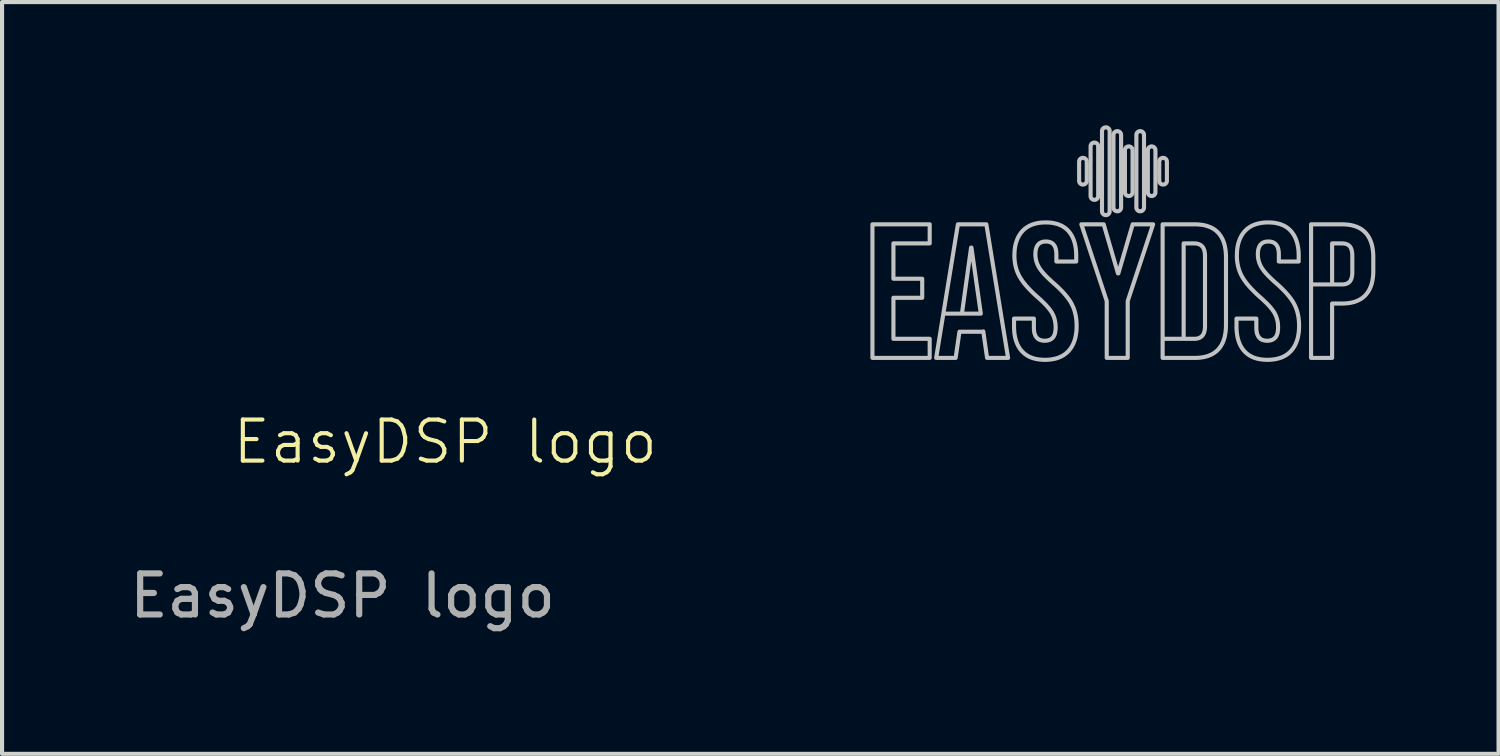
<source format=kicad_pcb>
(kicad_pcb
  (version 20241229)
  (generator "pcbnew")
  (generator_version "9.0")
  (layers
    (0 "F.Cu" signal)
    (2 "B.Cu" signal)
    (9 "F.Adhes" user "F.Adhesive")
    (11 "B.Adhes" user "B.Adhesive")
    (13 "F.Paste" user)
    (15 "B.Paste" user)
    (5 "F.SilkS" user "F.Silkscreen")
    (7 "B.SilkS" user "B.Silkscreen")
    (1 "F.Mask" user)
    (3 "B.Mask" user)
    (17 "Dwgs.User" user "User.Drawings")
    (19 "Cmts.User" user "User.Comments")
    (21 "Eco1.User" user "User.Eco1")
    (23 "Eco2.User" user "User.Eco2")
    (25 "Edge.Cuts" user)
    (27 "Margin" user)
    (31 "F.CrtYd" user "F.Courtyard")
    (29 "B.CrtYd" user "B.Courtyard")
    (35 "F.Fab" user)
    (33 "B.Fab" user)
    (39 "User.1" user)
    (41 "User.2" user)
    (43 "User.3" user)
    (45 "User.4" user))
  (footprint "EasyDSP logo"
    (layer "F.Cu")
    (at 24.292 2.958)
    (property "Reference" "EasyDSP logo" (at -16.5 4.75 0) (unlocked yes) (layer "F.SilkS") (effects (font (size 1 1) (thickness 0.1))))
    (attr smd)
    (fp_poly (pts (xy -0.119 0.649) (xy -0.11 0.649) (xy 0.239 -0.546) (xy 0.736 -0.546) (xy 0.118 1.322) (xy 0.118 2.707) (xy -0.393 2.707) (xy -0.393 1.322) (xy -1.011 -0.546) (xy -0.467 -0.546)) (stroke (width 0.1) (type solid)) (fill no) (layer "Dwgs.User"))
    (fp_poly (pts (xy -4.704 -0.081) (xy -5.587 -0.081) (xy -5.587 0.779) (xy -4.886 0.779) (xy -4.886 1.243) (xy -5.587 1.243) (xy -5.587 2.242) (xy -4.704 2.242) (xy -4.704 2.707) (xy -6.098 2.707) (xy -6.098 -0.546) (xy -4.704 -0.546)) (stroke (width 0.1) (type solid)) (fill no) (layer "Dwgs.User"))
    (fp_poly (pts (xy -2.795 2.707) (xy -3.306 2.707) (xy -3.399 2.061) (xy -3.399 2.07) (xy -3.979 2.07) (xy -4.072 2.707) (xy -4.546 2.707) (xy -4.371 1.629) (xy -3.919 1.629) (xy -3.459 1.629) (xy -3.687 0.021) (xy -3.696 0.021) (xy -3.919 1.629) (xy -4.371 1.629) (xy -4.017 -0.546) (xy -3.324 -0.546)) (stroke (width 0.1) (type solid)) (fill no) (layer "Dwgs.User"))
    (fp_poly (pts (xy -0.967 -2.164) (xy -0.963 -2.164) (xy -0.958 -2.163) (xy -0.954 -2.162) (xy -0.949 -2.161) (xy -0.945 -2.16) (xy -0.94 -2.158) (xy -0.936 -2.157) (xy -0.932 -2.155) (xy -0.928 -2.153) (xy -0.924 -2.151) (xy -0.92 -2.148) (xy -0.917 -2.146) (xy -0.913 -2.143) (xy -0.91 -2.14) (xy -0.907 -2.137) (xy -0.903 -2.134) (xy -0.901 -2.13) (xy -0.898 -2.127) (xy -0.895 -2.123) (xy -0.893 -2.119) (xy -0.891 -2.115) (xy -0.888 -2.111) (xy -0.887 -2.107) (xy -0.885 -2.103) (xy -0.884 -2.099) (xy -0.882 -2.094) (xy -0.881 -2.09) (xy -0.88 -2.085) (xy -0.88 -2.081) (xy -0.879 -2.076) (xy -0.879 -2.071) (xy -0.879 -1.607) (xy -0.879 -1.602) (xy -0.88 -1.597) (xy -0.88 -1.592) (xy -0.881 -1.588) (xy -0.882 -1.583) (xy -0.884 -1.579) (xy -0.885 -1.575) (xy -0.887 -1.57) (xy -0.888 -1.566) (xy -0.891 -1.562) (xy -0.893 -1.558) (xy -0.895 -1.555) (xy -0.898 -1.551) (xy -0.901 -1.547) (xy -0.903 -1.544) (xy -0.907 -1.541) (xy -0.91 -1.538) (xy -0.913 -1.535) (xy -0.917 -1.532) (xy -0.92 -1.529) (xy -0.924 -1.527) (xy -0.928 -1.525) (xy -0.932 -1.523) (xy -0.936 -1.521) (xy -0.94 -1.519) (xy -0.945 -1.518) (xy -0.949 -1.517) (xy -0.954 -1.515) (xy -0.958 -1.515) (xy -0.963 -1.514) (xy -0.967 -1.514) (xy -0.972 -1.514) (xy -0.977 -1.514) (xy -0.982 -1.514) (xy -0.986 -1.515) (xy -0.991 -1.515) (xy -0.996 -1.517) (xy -1 -1.518) (xy -1.004 -1.519) (xy -1.008 -1.521) (xy -1.013 -1.523) (xy -1.017 -1.525) (xy -1.02 -1.527) (xy -1.024 -1.529) (xy -1.028 -1.532) (xy -1.031 -1.535) (xy -1.035 -1.538) (xy -1.038 -1.541) (xy -1.041 -1.544) (xy -1.044 -1.547) (xy -1.047 -1.551) (xy -1.049 -1.555) (xy -1.052 -1.558) (xy -1.054 -1.562) (xy -1.056 -1.566) (xy -1.058 -1.57) (xy -1.06 -1.575) (xy -1.061 -1.579) (xy -1.062 -1.583) (xy -1.063 -1.588) (xy -1.064 -1.592) (xy -1.065 -1.597) (xy -1.065 -1.602) (xy -1.065 -1.607) (xy -1.065 -2.071) (xy -1.065 -2.076) (xy -1.065 -2.081) (xy -1.064 -2.085) (xy -1.063 -2.09) (xy -1.062 -2.094) (xy -1.061 -2.099) (xy -1.06 -2.103) (xy -1.058 -2.107) (xy -1.056 -2.111) (xy -1.054 -2.115) (xy -1.052 -2.119) (xy -1.049 -2.123) (xy -1.047 -2.127) (xy -1.044 -2.13) (xy -1.041 -2.134) (xy -1.038 -2.137) (xy -1.035 -2.14) (xy -1.031 -2.143) (xy -1.028 -2.146) (xy -1.024 -2.148) (xy -1.02 -2.151) (xy -1.017 -2.153) (xy -1.013 -2.155) (xy -1.008 -2.157) (xy -1.004 -2.158) (xy -1 -2.16) (xy -0.996 -2.161) (xy -0.991 -2.162) (xy -0.986 -2.163) (xy -0.982 -2.164) (xy -0.977 -2.164) (xy -0.972 -2.164)) (stroke (width 0.1) (type solid)) (fill no) (layer "Dwgs.User"))
    (fp_poly (pts (xy -0.689 -2.536) (xy -0.684 -2.535) (xy -0.679 -2.535) (xy -0.675 -2.534) (xy -0.67 -2.533) (xy -0.666 -2.532) (xy -0.661 -2.53) (xy -0.657 -2.529) (xy -0.653 -2.527) (xy -0.649 -2.525) (xy -0.645 -2.522) (xy -0.641 -2.52) (xy -0.638 -2.517) (xy -0.634 -2.515) (xy -0.631 -2.512) (xy -0.628 -2.509) (xy -0.625 -2.505) (xy -0.622 -2.502) (xy -0.619 -2.499) (xy -0.616 -2.495) (xy -0.614 -2.491) (xy -0.612 -2.487) (xy -0.61 -2.483) (xy -0.608 -2.479) (xy -0.606 -2.475) (xy -0.605 -2.471) (xy -0.603 -2.466) (xy -0.602 -2.462) (xy -0.602 -2.457) (xy -0.601 -2.452) (xy -0.601 -2.448) (xy -0.601 -2.443) (xy -0.601 -1.235) (xy -0.601 -1.23) (xy -0.601 -1.225) (xy -0.602 -1.221) (xy -0.602 -1.216) (xy -0.603 -1.212) (xy -0.605 -1.207) (xy -0.606 -1.203) (xy -0.608 -1.199) (xy -0.61 -1.195) (xy -0.612 -1.191) (xy -0.614 -1.187) (xy -0.616 -1.183) (xy -0.619 -1.179) (xy -0.622 -1.176) (xy -0.625 -1.172) (xy -0.628 -1.169) (xy -0.631 -1.166) (xy -0.634 -1.163) (xy -0.638 -1.16) (xy -0.641 -1.158) (xy -0.645 -1.155) (xy -0.649 -1.153) (xy -0.653 -1.151) (xy -0.657 -1.149) (xy -0.661 -1.148) (xy -0.666 -1.146) (xy -0.67 -1.145) (xy -0.675 -1.144) (xy -0.679 -1.143) (xy -0.684 -1.142) (xy -0.689 -1.142) (xy -0.693 -1.142) (xy -0.698 -1.142) (xy -0.703 -1.142) (xy -0.708 -1.143) (xy -0.712 -1.144) (xy -0.717 -1.145) (xy -0.721 -1.146) (xy -0.725 -1.148) (xy -0.73 -1.149) (xy -0.734 -1.151) (xy -0.738 -1.153) (xy -0.742 -1.155) (xy -0.745 -1.158) (xy -0.749 -1.16) (xy -0.753 -1.163) (xy -0.756 -1.166) (xy -0.759 -1.169) (xy -0.762 -1.172) (xy -0.765 -1.176) (xy -0.768 -1.179) (xy -0.771 -1.183) (xy -0.773 -1.187) (xy -0.775 -1.191) (xy -0.777 -1.195) (xy -0.779 -1.199) (xy -0.781 -1.203) (xy -0.782 -1.207) (xy -0.783 -1.212) (xy -0.785 -1.216) (xy -0.785 -1.221) (xy -0.786 -1.225) (xy -0.786 -1.23) (xy -0.786 -1.235) (xy -0.786 -2.443) (xy -0.786 -2.448) (xy -0.786 -2.452) (xy -0.785 -2.457) (xy -0.785 -2.462) (xy -0.783 -2.466) (xy -0.782 -2.471) (xy -0.781 -2.475) (xy -0.779 -2.479) (xy -0.777 -2.483) (xy -0.775 -2.487) (xy -0.773 -2.491) (xy -0.771 -2.495) (xy -0.768 -2.499) (xy -0.765 -2.502) (xy -0.762 -2.505) (xy -0.759 -2.509) (xy -0.756 -2.512) (xy -0.753 -2.515) (xy -0.749 -2.517) (xy -0.745 -2.52) (xy -0.742 -2.522) (xy -0.738 -2.525) (xy -0.734 -2.527) (xy -0.73 -2.529) (xy -0.725 -2.53) (xy -0.721 -2.532) (xy -0.717 -2.533) (xy -0.712 -2.534) (xy -0.708 -2.535) (xy -0.703 -2.535) (xy -0.698 -2.536) (xy -0.693 -2.536)) (stroke (width 0.1) (type solid)) (fill no) (layer "Dwgs.User"))
    (fp_poly (pts (xy -0.41 -2.907) (xy -0.405 -2.907) (xy -0.401 -2.907) (xy -0.396 -2.906) (xy -0.391 -2.905) (xy -0.387 -2.903) (xy -0.383 -2.902) (xy -0.378 -2.9) (xy -0.374 -2.898) (xy -0.37 -2.896) (xy -0.366 -2.894) (xy -0.363 -2.892) (xy -0.359 -2.889) (xy -0.356 -2.886) (xy -0.352 -2.883) (xy -0.349 -2.88) (xy -0.346 -2.877) (xy -0.343 -2.874) (xy -0.34 -2.87) (xy -0.338 -2.867) (xy -0.335 -2.863) (xy -0.333 -2.859) (xy -0.331 -2.855) (xy -0.329 -2.851) (xy -0.327 -2.847) (xy -0.326 -2.842) (xy -0.325 -2.838) (xy -0.324 -2.833) (xy -0.323 -2.829) (xy -0.322 -2.824) (xy -0.322 -2.819) (xy -0.322 -2.815) (xy -0.322 -0.863) (xy -0.322 -0.858) (xy -0.322 -0.854) (xy -0.323 -0.849) (xy -0.324 -0.844) (xy -0.325 -0.84) (xy -0.326 -0.835) (xy -0.327 -0.831) (xy -0.329 -0.827) (xy -0.331 -0.823) (xy -0.333 -0.819) (xy -0.335 -0.815) (xy -0.338 -0.811) (xy -0.34 -0.807) (xy -0.343 -0.804) (xy -0.346 -0.801) (xy -0.349 -0.797) (xy -0.352 -0.794) (xy -0.356 -0.791) (xy -0.359 -0.789) (xy -0.363 -0.786) (xy -0.366 -0.784) (xy -0.37 -0.781) (xy -0.374 -0.779) (xy -0.378 -0.777) (xy -0.383 -0.776) (xy -0.387 -0.774) (xy -0.391 -0.773) (xy -0.396 -0.772) (xy -0.401 -0.771) (xy -0.405 -0.771) (xy -0.41 -0.77) (xy -0.415 -0.77) (xy -0.419 -0.77) (xy -0.424 -0.771) (xy -0.429 -0.771) (xy -0.433 -0.772) (xy -0.438 -0.773) (xy -0.442 -0.774) (xy -0.447 -0.776) (xy -0.451 -0.777) (xy -0.455 -0.779) (xy -0.459 -0.781) (xy -0.463 -0.784) (xy -0.467 -0.786) (xy -0.47 -0.789) (xy -0.474 -0.791) (xy -0.477 -0.794) (xy -0.48 -0.797) (xy -0.483 -0.801) (xy -0.486 -0.804) (xy -0.489 -0.807) (xy -0.492 -0.811) (xy -0.494 -0.815) (xy -0.496 -0.819) (xy -0.498 -0.823) (xy -0.5 -0.827) (xy -0.502 -0.831) (xy -0.503 -0.835) (xy -0.505 -0.84) (xy -0.506 -0.844) (xy -0.507 -0.849) (xy -0.507 -0.854) (xy -0.507 -0.858) (xy -0.508 -0.863) (xy -0.508 -2.815) (xy -0.507 -2.819) (xy -0.507 -2.824) (xy -0.507 -2.829) (xy -0.506 -2.833) (xy -0.505 -2.838) (xy -0.503 -2.842) (xy -0.502 -2.847) (xy -0.5 -2.851) (xy -0.498 -2.855) (xy -0.496 -2.859) (xy -0.494 -2.863) (xy -0.492 -2.867) (xy -0.489 -2.87) (xy -0.486 -2.874) (xy -0.483 -2.877) (xy -0.48 -2.88) (xy -0.477 -2.883) (xy -0.474 -2.886) (xy -0.47 -2.889) (xy -0.467 -2.892) (xy -0.463 -2.894) (xy -0.459 -2.896) (xy -0.455 -2.898) (xy -0.451 -2.9) (xy -0.447 -2.902) (xy -0.442 -2.903) (xy -0.438 -2.905) (xy -0.433 -2.906) (xy -0.429 -2.907) (xy -0.424 -2.907) (xy -0.419 -2.907) (xy -0.415 -2.908)) (stroke (width 0.1) (type solid)) (fill no) (layer "Dwgs.User"))
    (fp_poly (pts (xy -0.131 -2.815) (xy -0.126 -2.814) (xy -0.122 -2.814) (xy -0.117 -2.813) (xy -0.113 -2.812) (xy -0.108 -2.81) (xy -0.104 -2.809) (xy -0.1 -2.807) (xy -0.096 -2.805) (xy -0.092 -2.803) (xy -0.088 -2.801) (xy -0.084 -2.799) (xy -0.08 -2.796) (xy -0.077 -2.793) (xy -0.073 -2.791) (xy -0.07 -2.787) (xy -0.067 -2.784) (xy -0.064 -2.781) (xy -0.061 -2.777) (xy -0.059 -2.774) (xy -0.056 -2.77) (xy -0.054 -2.766) (xy -0.052 -2.762) (xy -0.05 -2.758) (xy -0.049 -2.754) (xy -0.047 -2.749) (xy -0.046 -2.745) (xy -0.045 -2.74) (xy -0.044 -2.736) (xy -0.043 -2.731) (xy -0.043 -2.727) (xy -0.043 -2.722) (xy -0.043 -0.956) (xy -0.043 -0.951) (xy -0.043 -0.946) (xy -0.044 -0.942) (xy -0.045 -0.937) (xy -0.046 -0.933) (xy -0.047 -0.928) (xy -0.049 -0.924) (xy -0.05 -0.92) (xy -0.052 -0.916) (xy -0.054 -0.912) (xy -0.056 -0.908) (xy -0.059 -0.904) (xy -0.061 -0.9) (xy -0.064 -0.897) (xy -0.067 -0.894) (xy -0.07 -0.89) (xy -0.073 -0.887) (xy -0.077 -0.884) (xy -0.08 -0.882) (xy -0.084 -0.879) (xy -0.088 -0.877) (xy -0.092 -0.874) (xy -0.096 -0.872) (xy -0.1 -0.87) (xy -0.104 -0.869) (xy -0.108 -0.867) (xy -0.113 -0.866) (xy -0.117 -0.865) (xy -0.122 -0.864) (xy -0.126 -0.864) (xy -0.131 -0.863) (xy -0.136 -0.863) (xy -0.141 -0.863) (xy -0.145 -0.864) (xy -0.15 -0.864) (xy -0.155 -0.865) (xy -0.159 -0.866) (xy -0.164 -0.867) (xy -0.168 -0.869) (xy -0.172 -0.87) (xy -0.176 -0.872) (xy -0.18 -0.874) (xy -0.184 -0.877) (xy -0.188 -0.879) (xy -0.191 -0.882) (xy -0.195 -0.884) (xy -0.198 -0.887) (xy -0.202 -0.89) (xy -0.205 -0.894) (xy -0.208 -0.897) (xy -0.21 -0.9) (xy -0.213 -0.904) (xy -0.215 -0.908) (xy -0.218 -0.912) (xy -0.22 -0.916) (xy -0.222 -0.92) (xy -0.223 -0.924) (xy -0.225 -0.928) (xy -0.226 -0.933) (xy -0.227 -0.937) (xy -0.228 -0.942) (xy -0.228 -0.946) (xy -0.229 -0.951) (xy -0.229 -0.956) (xy -0.229 -2.722) (xy -0.229 -2.727) (xy -0.228 -2.731) (xy -0.228 -2.736) (xy -0.227 -2.74) (xy -0.226 -2.745) (xy -0.225 -2.749) (xy -0.223 -2.754) (xy -0.222 -2.758) (xy -0.22 -2.762) (xy -0.218 -2.766) (xy -0.215 -2.77) (xy -0.213 -2.774) (xy -0.21 -2.777) (xy -0.208 -2.781) (xy -0.205 -2.784) (xy -0.202 -2.787) (xy -0.198 -2.791) (xy -0.195 -2.793) (xy -0.191 -2.796) (xy -0.188 -2.799) (xy -0.184 -2.801) (xy -0.18 -2.803) (xy -0.176 -2.805) (xy -0.172 -2.807) (xy -0.168 -2.809) (xy -0.164 -2.81) (xy -0.159 -2.812) (xy -0.155 -2.813) (xy -0.15 -2.814) (xy -0.145 -2.814) (xy -0.141 -2.815) (xy -0.136 -2.815)) (stroke (width 0.1) (type solid)) (fill no) (layer "Dwgs.User"))
    (fp_poly (pts (xy 0.148 -2.443) (xy 0.152 -2.442) (xy 0.157 -2.442) (xy 0.162 -2.441) (xy 0.166 -2.44) (xy 0.171 -2.439) (xy 0.175 -2.437) (xy 0.179 -2.436) (xy 0.183 -2.434) (xy 0.187 -2.432) (xy 0.191 -2.429) (xy 0.195 -2.427) (xy 0.199 -2.424) (xy 0.202 -2.422) (xy 0.205 -2.419) (xy 0.209 -2.416) (xy 0.212 -2.412) (xy 0.215 -2.409) (xy 0.217 -2.406) (xy 0.22 -2.402) (xy 0.222 -2.398) (xy 0.225 -2.394) (xy 0.227 -2.39) (xy 0.229 -2.386) (xy 0.23 -2.382) (xy 0.232 -2.378) (xy 0.233 -2.373) (xy 0.234 -2.369) (xy 0.235 -2.364) (xy 0.235 -2.359) (xy 0.236 -2.355) (xy 0.236 -2.35) (xy 0.236 -1.328) (xy 0.236 -1.323) (xy 0.235 -1.318) (xy 0.235 -1.314) (xy 0.234 -1.309) (xy 0.233 -1.305) (xy 0.232 -1.3) (xy 0.23 -1.296) (xy 0.229 -1.292) (xy 0.227 -1.287) (xy 0.225 -1.283) (xy 0.222 -1.28) (xy 0.22 -1.276) (xy 0.217 -1.272) (xy 0.215 -1.269) (xy 0.212 -1.265) (xy 0.209 -1.262) (xy 0.205 -1.259) (xy 0.202 -1.256) (xy 0.199 -1.253) (xy 0.195 -1.251) (xy 0.191 -1.248) (xy 0.187 -1.246) (xy 0.183 -1.244) (xy 0.179 -1.242) (xy 0.175 -1.24) (xy 0.171 -1.239) (xy 0.166 -1.238) (xy 0.162 -1.237) (xy 0.157 -1.236) (xy 0.152 -1.235) (xy 0.148 -1.235) (xy 0.143 -1.235) (xy 0.138 -1.235) (xy 0.133 -1.235) (xy 0.129 -1.236) (xy 0.124 -1.237) (xy 0.12 -1.238) (xy 0.115 -1.239) (xy 0.111 -1.24) (xy 0.107 -1.242) (xy 0.103 -1.244) (xy 0.099 -1.246) (xy 0.095 -1.248) (xy 0.091 -1.251) (xy 0.087 -1.253) (xy 0.084 -1.256) (xy 0.08 -1.259) (xy 0.077 -1.262) (xy 0.074 -1.265) (xy 0.071 -1.269) (xy 0.068 -1.272) (xy 0.066 -1.276) (xy 0.063 -1.28) (xy 0.061 -1.283) (xy 0.059 -1.287) (xy 0.057 -1.292) (xy 0.056 -1.296) (xy 0.054 -1.3) (xy 0.053 -1.305) (xy 0.052 -1.309) (xy 0.051 -1.314) (xy 0.05 -1.318) (xy 0.05 -1.323) (xy 0.05 -1.328) (xy 0.05 -2.35) (xy 0.05 -2.355) (xy 0.05 -2.359) (xy 0.051 -2.364) (xy 0.052 -2.369) (xy 0.053 -2.373) (xy 0.054 -2.378) (xy 0.056 -2.382) (xy 0.057 -2.386) (xy 0.059 -2.39) (xy 0.061 -2.394) (xy 0.063 -2.398) (xy 0.066 -2.402) (xy 0.068 -2.406) (xy 0.071 -2.409) (xy 0.074 -2.412) (xy 0.077 -2.416) (xy 0.08 -2.419) (xy 0.084 -2.422) (xy 0.087 -2.424) (xy 0.091 -2.427) (xy 0.095 -2.429) (xy 0.099 -2.432) (xy 0.103 -2.434) (xy 0.107 -2.436) (xy 0.111 -2.437) (xy 0.115 -2.439) (xy 0.12 -2.44) (xy 0.124 -2.441) (xy 0.129 -2.442) (xy 0.133 -2.442) (xy 0.138 -2.443) (xy 0.143 -2.443)) (stroke (width 0.1) (type solid)) (fill no) (layer "Dwgs.User"))
    (fp_poly (pts (xy 0.427 -2.815) (xy 0.431 -2.814) (xy 0.436 -2.814) (xy 0.44 -2.813) (xy 0.445 -2.812) (xy 0.449 -2.81) (xy 0.454 -2.809) (xy 0.458 -2.807) (xy 0.462 -2.805) (xy 0.466 -2.803) (xy 0.47 -2.801) (xy 0.474 -2.799) (xy 0.477 -2.796) (xy 0.481 -2.793) (xy 0.484 -2.791) (xy 0.487 -2.787) (xy 0.491 -2.784) (xy 0.493 -2.781) (xy 0.496 -2.777) (xy 0.499 -2.774) (xy 0.501 -2.77) (xy 0.503 -2.766) (xy 0.506 -2.762) (xy 0.507 -2.758) (xy 0.509 -2.754) (xy 0.51 -2.749) (xy 0.512 -2.745) (xy 0.513 -2.74) (xy 0.514 -2.736) (xy 0.514 -2.731) (xy 0.515 -2.727) (xy 0.515 -2.722) (xy 0.515 -0.956) (xy 0.515 -0.951) (xy 0.514 -0.946) (xy 0.514 -0.942) (xy 0.513 -0.937) (xy 0.512 -0.933) (xy 0.51 -0.928) (xy 0.509 -0.924) (xy 0.507 -0.92) (xy 0.506 -0.916) (xy 0.503 -0.912) (xy 0.501 -0.908) (xy 0.499 -0.904) (xy 0.496 -0.9) (xy 0.493 -0.897) (xy 0.491 -0.894) (xy 0.487 -0.89) (xy 0.484 -0.887) (xy 0.481 -0.884) (xy 0.477 -0.882) (xy 0.474 -0.879) (xy 0.47 -0.877) (xy 0.466 -0.874) (xy 0.462 -0.872) (xy 0.458 -0.87) (xy 0.454 -0.869) (xy 0.449 -0.867) (xy 0.445 -0.866) (xy 0.44 -0.865) (xy 0.436 -0.864) (xy 0.431 -0.864) (xy 0.427 -0.863) (xy 0.422 -0.863) (xy 0.417 -0.863) (xy 0.412 -0.864) (xy 0.408 -0.864) (xy 0.403 -0.865) (xy 0.398 -0.866) (xy 0.394 -0.867) (xy 0.39 -0.869) (xy 0.386 -0.87) (xy 0.381 -0.872) (xy 0.377 -0.874) (xy 0.374 -0.877) (xy 0.37 -0.879) (xy 0.366 -0.882) (xy 0.363 -0.884) (xy 0.359 -0.887) (xy 0.356 -0.89) (xy 0.353 -0.894) (xy 0.35 -0.897) (xy 0.347 -0.9) (xy 0.345 -0.904) (xy 0.342 -0.908) (xy 0.34 -0.912) (xy 0.338 -0.916) (xy 0.336 -0.92) (xy 0.334 -0.924) (xy 0.333 -0.928) (xy 0.332 -0.933) (xy 0.331 -0.937) (xy 0.33 -0.942) (xy 0.329 -0.946) (xy 0.329 -0.951) (xy 0.329 -0.956) (xy 0.329 -2.722) (xy 0.329 -2.727) (xy 0.329 -2.731) (xy 0.33 -2.736) (xy 0.331 -2.74) (xy 0.332 -2.745) (xy 0.333 -2.749) (xy 0.334 -2.754) (xy 0.336 -2.758) (xy 0.338 -2.762) (xy 0.34 -2.766) (xy 0.342 -2.77) (xy 0.345 -2.774) (xy 0.347 -2.777) (xy 0.35 -2.781) (xy 0.353 -2.784) (xy 0.356 -2.787) (xy 0.359 -2.791) (xy 0.363 -2.793) (xy 0.366 -2.796) (xy 0.37 -2.799) (xy 0.374 -2.801) (xy 0.377 -2.803) (xy 0.381 -2.805) (xy 0.386 -2.807) (xy 0.39 -2.809) (xy 0.394 -2.81) (xy 0.398 -2.812) (xy 0.403 -2.813) (xy 0.408 -2.814) (xy 0.412 -2.814) (xy 0.417 -2.815) (xy 0.422 -2.815)) (stroke (width 0.1) (type solid)) (fill no) (layer "Dwgs.User"))
    (fp_poly (pts (xy 0.705 -2.443) (xy 0.71 -2.442) (xy 0.715 -2.442) (xy 0.719 -2.441) (xy 0.724 -2.44) (xy 0.728 -2.439) (xy 0.733 -2.437) (xy 0.737 -2.436) (xy 0.741 -2.434) (xy 0.745 -2.432) (xy 0.749 -2.429) (xy 0.753 -2.427) (xy 0.756 -2.424) (xy 0.76 -2.422) (xy 0.763 -2.419) (xy 0.766 -2.416) (xy 0.769 -2.412) (xy 0.772 -2.409) (xy 0.775 -2.406) (xy 0.778 -2.402) (xy 0.78 -2.398) (xy 0.782 -2.394) (xy 0.784 -2.39) (xy 0.786 -2.386) (xy 0.788 -2.382) (xy 0.789 -2.378) (xy 0.791 -2.373) (xy 0.792 -2.369) (xy 0.792 -2.364) (xy 0.793 -2.359) (xy 0.793 -2.355) (xy 0.793 -2.35) (xy 0.793 -1.328) (xy 0.793 -1.323) (xy 0.793 -1.318) (xy 0.792 -1.314) (xy 0.792 -1.309) (xy 0.791 -1.305) (xy 0.789 -1.3) (xy 0.788 -1.296) (xy 0.786 -1.292) (xy 0.784 -1.287) (xy 0.782 -1.283) (xy 0.78 -1.28) (xy 0.778 -1.276) (xy 0.775 -1.272) (xy 0.772 -1.269) (xy 0.769 -1.265) (xy 0.766 -1.262) (xy 0.763 -1.259) (xy 0.76 -1.256) (xy 0.756 -1.253) (xy 0.753 -1.251) (xy 0.749 -1.248) (xy 0.745 -1.246) (xy 0.741 -1.244) (xy 0.737 -1.242) (xy 0.733 -1.24) (xy 0.728 -1.239) (xy 0.724 -1.238) (xy 0.719 -1.237) (xy 0.715 -1.236) (xy 0.71 -1.235) (xy 0.705 -1.235) (xy 0.701 -1.235) (xy 0.696 -1.235) (xy 0.691 -1.235) (xy 0.686 -1.236) (xy 0.682 -1.237) (xy 0.677 -1.238) (xy 0.673 -1.239) (xy 0.669 -1.24) (xy 0.664 -1.242) (xy 0.66 -1.244) (xy 0.656 -1.246) (xy 0.652 -1.248) (xy 0.649 -1.251) (xy 0.645 -1.253) (xy 0.641 -1.256) (xy 0.638 -1.259) (xy 0.635 -1.262) (xy 0.632 -1.265) (xy 0.629 -1.269) (xy 0.626 -1.272) (xy 0.623 -1.276) (xy 0.621 -1.28) (xy 0.619 -1.283) (xy 0.617 -1.287) (xy 0.615 -1.292) (xy 0.613 -1.296) (xy 0.612 -1.3) (xy 0.611 -1.305) (xy 0.609 -1.309) (xy 0.609 -1.314) (xy 0.608 -1.318) (xy 0.608 -1.323) (xy 0.608 -1.328) (xy 0.608 -2.35) (xy 0.608 -2.355) (xy 0.608 -2.359) (xy 0.609 -2.364) (xy 0.609 -2.369) (xy 0.611 -2.373) (xy 0.612 -2.378) (xy 0.613 -2.382) (xy 0.615 -2.386) (xy 0.617 -2.39) (xy 0.619 -2.394) (xy 0.621 -2.398) (xy 0.623 -2.402) (xy 0.626 -2.406) (xy 0.629 -2.409) (xy 0.632 -2.412) (xy 0.635 -2.416) (xy 0.638 -2.419) (xy 0.641 -2.422) (xy 0.645 -2.424) (xy 0.649 -2.427) (xy 0.652 -2.429) (xy 0.656 -2.432) (xy 0.66 -2.434) (xy 0.664 -2.436) (xy 0.669 -2.437) (xy 0.673 -2.439) (xy 0.677 -2.44) (xy 0.682 -2.441) (xy 0.686 -2.442) (xy 0.691 -2.442) (xy 0.696 -2.443) (xy 0.701 -2.443)) (stroke (width 0.1) (type solid)) (fill no) (layer "Dwgs.User"))
    (fp_poly (pts (xy 0.984 -2.164) (xy 0.989 -2.164) (xy 0.994 -2.163) (xy 0.998 -2.162) (xy 1.003 -2.161) (xy 1.007 -2.16) (xy 1.011 -2.158) (xy 1.016 -2.157) (xy 1.02 -2.155) (xy 1.024 -2.153) (xy 1.028 -2.151) (xy 1.031 -2.148) (xy 1.035 -2.146) (xy 1.038 -2.143) (xy 1.042 -2.14) (xy 1.045 -2.137) (xy 1.048 -2.134) (xy 1.051 -2.13) (xy 1.054 -2.127) (xy 1.056 -2.123) (xy 1.059 -2.119) (xy 1.061 -2.115) (xy 1.063 -2.111) (xy 1.065 -2.107) (xy 1.067 -2.103) (xy 1.068 -2.099) (xy 1.069 -2.094) (xy 1.07 -2.09) (xy 1.071 -2.085) (xy 1.072 -2.081) (xy 1.072 -2.076) (xy 1.072 -2.071) (xy 1.072 -1.607) (xy 1.072 -1.602) (xy 1.072 -1.597) (xy 1.071 -1.592) (xy 1.07 -1.588) (xy 1.069 -1.583) (xy 1.068 -1.579) (xy 1.067 -1.575) (xy 1.065 -1.57) (xy 1.063 -1.566) (xy 1.061 -1.562) (xy 1.059 -1.558) (xy 1.056 -1.555) (xy 1.054 -1.551) (xy 1.051 -1.547) (xy 1.048 -1.544) (xy 1.045 -1.541) (xy 1.042 -1.538) (xy 1.038 -1.535) (xy 1.035 -1.532) (xy 1.031 -1.529) (xy 1.028 -1.527) (xy 1.024 -1.525) (xy 1.02 -1.523) (xy 1.016 -1.521) (xy 1.011 -1.519) (xy 1.007 -1.518) (xy 1.003 -1.517) (xy 0.998 -1.515) (xy 0.994 -1.515) (xy 0.989 -1.514) (xy 0.984 -1.514) (xy 0.979 -1.514) (xy 0.975 -1.514) (xy 0.97 -1.514) (xy 0.965 -1.515) (xy 0.961 -1.515) (xy 0.956 -1.517) (xy 0.952 -1.518) (xy 0.947 -1.519) (xy 0.943 -1.521) (xy 0.939 -1.523) (xy 0.935 -1.525) (xy 0.931 -1.527) (xy 0.927 -1.529) (xy 0.924 -1.532) (xy 0.92 -1.535) (xy 0.917 -1.538) (xy 0.914 -1.541) (xy 0.911 -1.544) (xy 0.908 -1.547) (xy 0.905 -1.551) (xy 0.902 -1.555) (xy 0.9 -1.558) (xy 0.898 -1.562) (xy 0.896 -1.566) (xy 0.894 -1.57) (xy 0.892 -1.575) (xy 0.891 -1.579) (xy 0.889 -1.583) (xy 0.888 -1.588) (xy 0.887 -1.592) (xy 0.887 -1.597) (xy 0.887 -1.602) (xy 0.886 -1.607) (xy 0.886 -2.071) (xy 0.887 -2.076) (xy 0.887 -2.081) (xy 0.887 -2.085) (xy 0.888 -2.09) (xy 0.889 -2.094) (xy 0.891 -2.099) (xy 0.892 -2.103) (xy 0.894 -2.107) (xy 0.896 -2.111) (xy 0.898 -2.115) (xy 0.9 -2.119) (xy 0.902 -2.123) (xy 0.905 -2.127) (xy 0.908 -2.13) (xy 0.911 -2.134) (xy 0.914 -2.137) (xy 0.917 -2.14) (xy 0.92 -2.143) (xy 0.924 -2.146) (xy 0.927 -2.148) (xy 0.931 -2.151) (xy 0.935 -2.153) (xy 0.939 -2.155) (xy 0.943 -2.157) (xy 0.947 -2.158) (xy 0.952 -2.16) (xy 0.956 -2.161) (xy 0.961 -2.162) (xy 0.965 -2.163) (xy 0.97 -2.164) (xy 0.975 -2.164) (xy 0.979 -2.164)) (stroke (width 0.1) (type solid)) (fill no) (layer "Dwgs.User"))
    (fp_poly (pts (xy 1.796 -0.545) (xy 1.841 -0.542) (xy 1.885 -0.538) (xy 1.928 -0.533) (xy 1.969 -0.526) (xy 2.008 -0.517) (xy 2.046 -0.506) (xy 2.082 -0.494) (xy 2.117 -0.481) (xy 2.151 -0.466) (xy 2.183 -0.449) (xy 2.213 -0.431) (xy 2.242 -0.411) (xy 2.27 -0.389) (xy 2.296 -0.366) (xy 2.321 -0.341) (xy 2.344 -0.315) (xy 2.365 -0.287) (xy 2.385 -0.258) (xy 2.404 -0.227) (xy 2.421 -0.195) (xy 2.437 -0.161) (xy 2.451 -0.126) (xy 2.463 -0.089) (xy 2.475 -0.051) (xy 2.484 -0.011) (xy 2.492 0.03) (xy 2.499 0.073) (xy 2.504 0.117) (xy 2.508 0.163) (xy 2.51 0.21) (xy 2.511 0.258) (xy 2.511 1.903) (xy 2.51 1.952) (xy 2.508 1.999) (xy 2.504 2.045) (xy 2.499 2.089) (xy 2.492 2.131) (xy 2.484 2.173) (xy 2.475 2.212) (xy 2.463 2.251) (xy 2.451 2.287) (xy 2.437 2.322) (xy 2.421 2.356) (xy 2.404 2.388) (xy 2.385 2.419) (xy 2.365 2.449) (xy 2.344 2.476) (xy 2.321 2.503) (xy 2.296 2.527) (xy 2.27 2.551) (xy 2.242 2.572) (xy 2.213 2.592) (xy 2.183 2.61) (xy 2.151 2.627) (xy 2.117 2.642) (xy 2.082 2.656) (xy 2.046 2.668) (xy 2.008 2.678) (xy 1.969 2.687) (xy 1.928 2.694) (xy 1.885 2.7) (xy 1.841 2.704) (xy 1.796 2.706) (xy 1.749 2.707) (xy 0.968 2.707) (xy 0.968 -0.081) (xy 1.48 -0.081) (xy 1.48 2.242) (xy 1.74 2.242) (xy 1.755 2.242) (xy 1.77 2.241) (xy 1.785 2.24) (xy 1.799 2.238) (xy 1.813 2.235) (xy 1.826 2.232) (xy 1.838 2.228) (xy 1.851 2.224) (xy 1.863 2.219) (xy 1.874 2.213) (xy 1.885 2.207) (xy 1.896 2.201) (xy 1.906 2.193) (xy 1.915 2.185) (xy 1.924 2.177) (xy 1.933 2.168) (xy 1.941 2.158) (xy 1.949 2.148) (xy 1.956 2.137) (xy 1.962 2.125) (xy 1.968 2.113) (xy 1.974 2.099) (xy 1.979 2.085) (xy 1.983 2.07) (xy 1.987 2.055) (xy 1.991 2.039) (xy 1.993 2.022) (xy 1.996 2.004) (xy 1.998 1.986) (xy 1.999 1.967) (xy 2 1.947) (xy 2 1.926) (xy 2 0.235) (xy 2 0.214) (xy 1.999 0.195) (xy 1.998 0.176) (xy 1.996 0.157) (xy 1.993 0.14) (xy 1.991 0.123) (xy 1.987 0.106) (xy 1.983 0.091) (xy 1.979 0.076) (xy 1.974 0.062) (xy 1.968 0.049) (xy 1.962 0.036) (xy 1.956 0.025) (xy 1.949 0.013) (xy 1.941 0.003) (xy 1.933 -0.007) (xy 1.924 -0.016) (xy 1.915 -0.024) (xy 1.906 -0.032) (xy 1.896 -0.039) (xy 1.885 -0.046) (xy 1.874 -0.052) (xy 1.863 -0.057) (xy 1.851 -0.062) (xy 1.838 -0.067) (xy 1.826 -0.07) (xy 1.813 -0.074) (xy 1.799 -0.076) (xy 1.785 -0.078) (xy 1.77 -0.08) (xy 1.755 -0.081) (xy 1.74 -0.081) (xy 1.48 -0.081) (xy 0.968 -0.081) (xy 0.968 -0.546) (xy 1.749 -0.546)) (stroke (width 0.1) (type solid)) (fill no) (layer "Dwgs.User"))
    (fp_poly (pts (xy 5.383 -0.545) (xy 5.429 -0.542) (xy 5.472 -0.538) (xy 5.515 -0.533) (xy 5.556 -0.526) (xy 5.595 -0.517) (xy 5.633 -0.506) (xy 5.67 -0.494) (xy 5.705 -0.481) (xy 5.738 -0.466) (xy 5.77 -0.449) (xy 5.801 -0.431) (xy 5.83 -0.411) (xy 5.857 -0.389) (xy 5.883 -0.366) (xy 5.908 -0.341) (xy 5.931 -0.315) (xy 5.952 -0.287) (xy 5.973 -0.258) (xy 5.991 -0.227) (xy 6.008 -0.195) (xy 6.024 -0.161) (xy 6.038 -0.126) (xy 6.051 -0.089) (xy 6.062 -0.051) (xy 6.072 -0.011) (xy 6.08 0.03) (xy 6.086 0.073) (xy 6.092 0.117) (xy 6.095 0.163) (xy 6.098 0.21) (xy 6.098 0.258) (xy 6.098 0.579) (xy 6.098 0.628) (xy 6.095 0.675) (xy 6.092 0.72) (xy 6.086 0.764) (xy 6.08 0.807) (xy 6.072 0.848) (xy 6.062 0.888) (xy 6.051 0.926) (xy 6.038 0.963) (xy 6.024 0.998) (xy 6.008 1.032) (xy 5.991 1.064) (xy 5.973 1.095) (xy 5.952 1.124) (xy 5.931 1.152) (xy 5.908 1.178) (xy 5.883 1.203) (xy 5.857 1.226) (xy 5.83 1.248) (xy 5.801 1.268) (xy 5.77 1.286) (xy 5.738 1.303) (xy 5.705 1.318) (xy 5.67 1.332) (xy 5.633 1.344) (xy 5.595 1.354) (xy 5.556 1.363) (xy 5.515 1.37) (xy 5.472 1.376) (xy 5.429 1.38) (xy 5.383 1.382) (xy 5.336 1.383) (xy 5.095 1.383) (xy 5.095 2.707) (xy 4.583 2.707) (xy 4.583 -0.081) (xy 5.095 -0.081) (xy 5.095 0.918) (xy 5.336 0.918) (xy 5.352 0.918) (xy 5.367 0.917) (xy 5.381 0.916) (xy 5.395 0.914) (xy 5.408 0.911) (xy 5.421 0.908) (xy 5.434 0.905) (xy 5.446 0.901) (xy 5.457 0.896) (xy 5.468 0.891) (xy 5.479 0.885) (xy 5.489 0.879) (xy 5.498 0.872) (xy 5.507 0.865) (xy 5.516 0.857) (xy 5.524 0.848) (xy 5.532 0.839) (xy 5.539 0.829) (xy 5.545 0.819) (xy 5.552 0.807) (xy 5.557 0.795) (xy 5.562 0.782) (xy 5.567 0.769) (xy 5.571 0.754) (xy 5.575 0.739) (xy 5.578 0.723) (xy 5.581 0.706) (xy 5.583 0.689) (xy 5.585 0.671) (xy 5.586 0.652) (xy 5.587 0.632) (xy 5.587 0.611) (xy 5.587 0.226) (xy 5.587 0.205) (xy 5.586 0.185) (xy 5.585 0.166) (xy 5.583 0.148) (xy 5.581 0.131) (xy 5.578 0.114) (xy 5.575 0.098) (xy 5.571 0.083) (xy 5.567 0.068) (xy 5.562 0.055) (xy 5.557 0.042) (xy 5.552 0.03) (xy 5.545 0.018) (xy 5.539 0.008) (xy 5.532 -0.002) (xy 5.524 -0.011) (xy 5.516 -0.02) (xy 5.507 -0.028) (xy 5.498 -0.035) (xy 5.489 -0.042) (xy 5.479 -0.048) (xy 5.468 -0.054) (xy 5.457 -0.059) (xy 5.446 -0.064) (xy 5.434 -0.068) (xy 5.421 -0.071) (xy 5.408 -0.074) (xy 5.395 -0.077) (xy 5.381 -0.078) (xy 5.367 -0.08) (xy 5.352 -0.081) (xy 5.336 -0.081) (xy 5.095 -0.081) (xy 4.583 -0.081) (xy 4.583 -0.546) (xy 5.336 -0.546)) (stroke (width 0.1) (type solid)) (fill no) (layer "Dwgs.User"))
    (fp_poly (pts (xy -1.834 -0.591) (xy -1.79 -0.589) (xy -1.748 -0.585) (xy -1.707 -0.579) (xy -1.667 -0.571) (xy -1.629 -0.562) (xy -1.592 -0.552) (xy -1.557 -0.539) (xy -1.523 -0.525) (xy -1.49 -0.51) (xy -1.459 -0.492) (xy -1.429 -0.473) (xy -1.401 -0.453) (xy -1.374 -0.431) (xy -1.348 -0.407) (xy -1.324 -0.381) (xy -1.301 -0.354) (xy -1.28 -0.325) (xy -1.26 -0.295) (xy -1.242 -0.264) (xy -1.225 -0.231) (xy -1.209 -0.196) (xy -1.195 -0.161) (xy -1.183 -0.123) (xy -1.172 -0.085) (xy -1.162 -0.045) (xy -1.154 -0.003) (xy -1.147 0.04) (xy -1.142 0.084) (xy -1.139 0.13) (xy -1.136 0.177) (xy -1.136 0.226) (xy -1.136 0.36) (xy -1.619 0.36) (xy -1.619 0.193) (xy -1.619 0.173) (xy -1.62 0.153) (xy -1.621 0.134) (xy -1.623 0.115) (xy -1.625 0.097) (xy -1.628 0.08) (xy -1.631 0.064) (xy -1.635 0.048) (xy -1.639 0.034) (xy -1.644 0.019) (xy -1.65 0.006) (xy -1.655 -0.007) (xy -1.662 -0.019) (xy -1.669 -0.031) (xy -1.676 -0.041) (xy -1.684 -0.051) (xy -1.692 -0.06) (xy -1.701 -0.069) (xy -1.71 -0.077) (xy -1.72 -0.085) (xy -1.731 -0.091) (xy -1.741 -0.098) (xy -1.752 -0.103) (xy -1.764 -0.108) (xy -1.776 -0.113) (xy -1.789 -0.117) (xy -1.802 -0.12) (xy -1.816 -0.123) (xy -1.83 -0.125) (xy -1.844 -0.126) (xy -1.859 -0.127) (xy -1.874 -0.127) (xy -1.89 -0.127) (xy -1.905 -0.126) (xy -1.92 -0.125) (xy -1.934 -0.123) (xy -1.948 -0.12) (xy -1.961 -0.116) (xy -1.974 -0.113) (xy -1.986 -0.108) (xy -1.998 -0.103) (xy -2.009 -0.097) (xy -2.02 -0.091) (xy -2.03 -0.084) (xy -2.04 -0.076) (xy -2.049 -0.068) (xy -2.058 -0.059) (xy -2.066 -0.05) (xy -2.074 -0.04) (xy -2.081 -0.029) (xy -2.088 -0.018) (xy -2.094 -0.006) (xy -2.1 0.007) (xy -2.105 0.02) (xy -2.11 0.033) (xy -2.114 0.048) (xy -2.118 0.063) (xy -2.121 0.078) (xy -2.124 0.094) (xy -2.126 0.111) (xy -2.128 0.128) (xy -2.129 0.146) (xy -2.13 0.165) (xy -2.13 0.184) (xy -2.13 0.206) (xy -2.129 0.228) (xy -2.127 0.249) (xy -2.124 0.271) (xy -2.121 0.292) (xy -2.117 0.313) (xy -2.112 0.334) (xy -2.106 0.355) (xy -2.1 0.375) (xy -2.093 0.396) (xy -2.085 0.416) (xy -2.077 0.436) (xy -2.067 0.456) (xy -2.057 0.475) (xy -2.047 0.495) (xy -2.035 0.514) (xy -2.023 0.533) (xy -2.009 0.553) (xy -1.994 0.574) (xy -1.978 0.595) (xy -1.96 0.616) (xy -1.942 0.638) (xy -1.922 0.66) (xy -1.901 0.683) (xy -1.878 0.707) (xy -1.855 0.731) (xy -1.83 0.755) (xy -1.804 0.78) (xy -1.777 0.806) (xy -1.749 0.832) (xy -1.689 0.886) (xy -1.649 0.92) (xy -1.612 0.954) (xy -1.575 0.988) (xy -1.541 1.022) (xy -1.508 1.055) (xy -1.476 1.087) (xy -1.446 1.12) (xy -1.418 1.152) (xy -1.391 1.183) (xy -1.366 1.214) (xy -1.342 1.245) (xy -1.32 1.275) (xy -1.299 1.305) (xy -1.28 1.334) (xy -1.263 1.363) (xy -1.247 1.392) (xy -1.233 1.421) (xy -1.219 1.45) (xy -1.206 1.48) (xy -1.194 1.511) (xy -1.183 1.542) (xy -1.174 1.574) (xy -1.165 1.606) (xy -1.157 1.639) (xy -1.149 1.673) (xy -1.143 1.708) (xy -1.138 1.742) (xy -1.134 1.778) (xy -1.131 1.814) (xy -1.128 1.851) (xy -1.127 1.888) (xy -1.126 1.926) (xy -1.127 1.976) (xy -1.129 2.023) (xy -1.133 2.07) (xy -1.139 2.115) (xy -1.146 2.158) (xy -1.154 2.2) (xy -1.164 2.241) (xy -1.176 2.28) (xy -1.189 2.317) (xy -1.204 2.353) (xy -1.22 2.388) (xy -1.238 2.421) (xy -1.257 2.453) (xy -1.278 2.483) (xy -1.3 2.512) (xy -1.324 2.54) (xy -1.35 2.566) (xy -1.376 2.59) (xy -1.404 2.612) (xy -1.434 2.633) (xy -1.465 2.653) (xy -1.497 2.67) (xy -1.531 2.686) (xy -1.566 2.7) (xy -1.603 2.713) (xy -1.641 2.723) (xy -1.68 2.733) (xy -1.721 2.74) (xy -1.763 2.746) (xy -1.806 2.75) (xy -1.851 2.753) (xy -1.898 2.754) (xy -1.943 2.753) (xy -1.988 2.75) (xy -2.031 2.746) (xy -2.072 2.74) (xy -2.112 2.733) (xy -2.151 2.724) (xy -2.188 2.713) (xy -2.224 2.701) (xy -2.259 2.687) (xy -2.292 2.671) (xy -2.323 2.653) (xy -2.353 2.634) (xy -2.382 2.614) (xy -2.409 2.591) (xy -2.435 2.567) (xy -2.46 2.542) (xy -2.483 2.515) (xy -2.505 2.486) (xy -2.525 2.456) (xy -2.543 2.425) (xy -2.56 2.392) (xy -2.576 2.358) (xy -2.59 2.322) (xy -2.603 2.285) (xy -2.614 2.246) (xy -2.624 2.206) (xy -2.632 2.165) (xy -2.639 2.122) (xy -2.644 2.077) (xy -2.647 2.032) (xy -2.65 1.984) (xy -2.65 1.936) (xy -2.65 1.75) (xy -2.167 1.75) (xy -2.167 1.973) (xy -2.166 2.011) (xy -2.163 2.047) (xy -2.158 2.08) (xy -2.155 2.096) (xy -2.151 2.111) (xy -2.146 2.126) (xy -2.141 2.14) (xy -2.136 2.153) (xy -2.13 2.165) (xy -2.124 2.177) (xy -2.117 2.189) (xy -2.109 2.2) (xy -2.101 2.21) (xy -2.092 2.219) (xy -2.083 2.228) (xy -2.074 2.237) (xy -2.064 2.244) (xy -2.053 2.252) (xy -2.042 2.258) (xy -2.03 2.264) (xy -2.018 2.269) (xy -2.006 2.274) (xy -1.992 2.278) (xy -1.979 2.281) (xy -1.964 2.284) (xy -1.95 2.286) (xy -1.934 2.288) (xy -1.919 2.289) (xy -1.902 2.289) (xy -1.886 2.289) (xy -1.871 2.288) (xy -1.856 2.286) (xy -1.841 2.284) (xy -1.827 2.281) (xy -1.814 2.278) (xy -1.801 2.274) (xy -1.788 2.27) (xy -1.776 2.264) (xy -1.764 2.259) (xy -1.753 2.252) (xy -1.743 2.245) (xy -1.733 2.238) (xy -1.723 2.23) (xy -1.714 2.221) (xy -1.705 2.212) (xy -1.697 2.202) (xy -1.689 2.191) (xy -1.682 2.18) (xy -1.676 2.168) (xy -1.67 2.155) (xy -1.664 2.141) (xy -1.659 2.127) (xy -1.654 2.112) (xy -1.65 2.096) (xy -1.647 2.079) (xy -1.644 2.062) (xy -1.642 2.044) (xy -1.64 2.025) (xy -1.639 2.005) (xy -1.638 1.985) (xy -1.637 1.964) (xy -1.638 1.938) (xy -1.639 1.913) (xy -1.641 1.889) (xy -1.643 1.864) (xy -1.647 1.841) (xy -1.651 1.817) (xy -1.655 1.794) (xy -1.661 1.771) (xy -1.667 1.749) (xy -1.674 1.727) (xy -1.681 1.705) (xy -1.69 1.684) (xy -1.699 1.663) (xy -1.709 1.643) (xy -1.719 1.623) (xy -1.73 1.603) (xy -1.743 1.583) (xy -1.756 1.563) (xy -1.771 1.543) (xy -1.787 1.521) (xy -1.804 1.5) (xy -1.822 1.478) (xy -1.842 1.455) (xy -1.863 1.432) (xy -1.885 1.408) (xy -1.908 1.384) (xy -1.933 1.36) (xy -1.959 1.335) (xy -1.986 1.309) (xy -2.014 1.283) (xy -2.074 1.229) (xy -2.15 1.161) (xy -2.186 1.127) (xy -2.22 1.093) (xy -2.253 1.06) (xy -2.284 1.028) (xy -2.314 0.996) (xy -2.343 0.964) (xy -2.369 0.933) (xy -2.395 0.902) (xy -2.419 0.871) (xy -2.441 0.841) (xy -2.462 0.811) (xy -2.481 0.782) (xy -2.499 0.753) (xy -2.516 0.725) (xy -2.531 0.696) (xy -2.545 0.668) (xy -2.558 0.638) (xy -2.571 0.609) (xy -2.582 0.579) (xy -2.592 0.548) (xy -2.601 0.517) (xy -2.61 0.485) (xy -2.617 0.453) (xy -2.624 0.421) (xy -2.629 0.388) (xy -2.633 0.355) (xy -2.637 0.321) (xy -2.639 0.286) (xy -2.641 0.252) (xy -2.641 0.216) (xy -2.64 0.169) (xy -2.638 0.123) (xy -2.634 0.078) (xy -2.629 0.034) (xy -2.622 -0.008) (xy -2.614 -0.048) (xy -2.604 -0.088) (xy -2.592 -0.126) (xy -2.579 -0.162) (xy -2.565 -0.198) (xy -2.549 -0.232) (xy -2.531 -0.264) (xy -2.512 -0.296) (xy -2.492 -0.325) (xy -2.47 -0.354) (xy -2.446 -0.381) (xy -2.421 -0.407) (xy -2.394 -0.431) (xy -2.367 -0.453) (xy -2.337 -0.473) (xy -2.307 -0.492) (xy -2.275 -0.51) (xy -2.241 -0.525) (xy -2.207 -0.539) (xy -2.171 -0.552) (xy -2.133 -0.562) (xy -2.094 -0.571) (xy -2.054 -0.579) (xy -2.012 -0.585) (xy -1.969 -0.589) (xy -1.925 -0.591) (xy -1.879 -0.592)) (stroke (width 0.1) (type solid)) (fill no) (layer "Dwgs.User"))
    (fp_poly (pts (xy 3.583 -0.591) (xy 3.627 -0.589) (xy 3.669 -0.585) (xy 3.71 -0.579) (xy 3.75 -0.571) (xy 3.788 -0.562) (xy 3.825 -0.552) (xy 3.86 -0.539) (xy 3.894 -0.525) (xy 3.927 -0.51) (xy 3.958 -0.492) (xy 3.988 -0.473) (xy 4.016 -0.453) (xy 4.043 -0.431) (xy 4.069 -0.407) (xy 4.093 -0.381) (xy 4.116 -0.354) (xy 4.137 -0.325) (xy 4.157 -0.295) (xy 4.175 -0.264) (xy 4.192 -0.231) (xy 4.208 -0.196) (xy 4.222 -0.161) (xy 4.234 -0.123) (xy 4.245 -0.085) (xy 4.255 -0.045) (xy 4.263 -0.003) (xy 4.27 0.04) (xy 4.275 0.084) (xy 4.279 0.13) (xy 4.281 0.177) (xy 4.281 0.226) (xy 4.281 0.36) (xy 3.798 0.36) (xy 3.798 0.193) (xy 3.798 0.173) (xy 3.797 0.153) (xy 3.796 0.134) (xy 3.794 0.115) (xy 3.792 0.097) (xy 3.789 0.08) (xy 3.786 0.064) (xy 3.782 0.048) (xy 3.778 0.034) (xy 3.773 0.019) (xy 3.767 0.006) (xy 3.762 -0.007) (xy 3.755 -0.019) (xy 3.748 -0.031) (xy 3.741 -0.041) (xy 3.733 -0.051) (xy 3.725 -0.06) (xy 3.716 -0.069) (xy 3.707 -0.077) (xy 3.697 -0.085) (xy 3.687 -0.091) (xy 3.676 -0.098) (xy 3.665 -0.103) (xy 3.653 -0.108) (xy 3.641 -0.113) (xy 3.628 -0.117) (xy 3.615 -0.12) (xy 3.602 -0.123) (xy 3.588 -0.125) (xy 3.573 -0.126) (xy 3.558 -0.127) (xy 3.543 -0.127) (xy 3.527 -0.127) (xy 3.512 -0.126) (xy 3.497 -0.125) (xy 3.483 -0.123) (xy 3.469 -0.12) (xy 3.456 -0.116) (xy 3.443 -0.113) (xy 3.431 -0.108) (xy 3.419 -0.103) (xy 3.408 -0.097) (xy 3.397 -0.091) (xy 3.387 -0.084) (xy 3.377 -0.076) (xy 3.368 -0.068) (xy 3.359 -0.059) (xy 3.351 -0.05) (xy 3.343 -0.04) (xy 3.336 -0.029) (xy 3.329 -0.018) (xy 3.323 -0.006) (xy 3.317 0.007) (xy 3.312 0.02) (xy 3.307 0.033) (xy 3.303 0.048) (xy 3.299 0.063) (xy 3.296 0.078) (xy 3.293 0.094) (xy 3.291 0.111) (xy 3.289 0.128) (xy 3.288 0.146) (xy 3.287 0.165) (xy 3.287 0.184) (xy 3.287 0.206) (xy 3.289 0.228) (xy 3.29 0.249) (xy 3.293 0.271) (xy 3.296 0.292) (xy 3.3 0.313) (xy 3.305 0.334) (xy 3.311 0.355) (xy 3.317 0.375) (xy 3.324 0.396) (xy 3.332 0.416) (xy 3.34 0.436) (xy 3.35 0.456) (xy 3.36 0.475) (xy 3.37 0.495) (xy 3.382 0.514) (xy 3.394 0.533) (xy 3.408 0.553) (xy 3.423 0.574) (xy 3.439 0.595) (xy 3.457 0.616) (xy 3.475 0.638) (xy 3.495 0.66) (xy 3.516 0.683) (xy 3.539 0.707) (xy 3.562 0.731) (xy 3.587 0.755) (xy 3.613 0.78) (xy 3.64 0.806) (xy 3.668 0.832) (xy 3.729 0.886) (xy 3.768 0.92) (xy 3.806 0.954) (xy 3.842 0.988) (xy 3.876 1.022) (xy 3.909 1.055) (xy 3.941 1.087) (xy 3.971 1.12) (xy 3.999 1.152) (xy 4.026 1.183) (xy 4.051 1.214) (xy 4.075 1.245) (xy 4.097 1.275) (xy 4.118 1.305) (xy 4.137 1.334) (xy 4.154 1.363) (xy 4.17 1.392) (xy 4.185 1.421) (xy 4.198 1.45) (xy 4.211 1.48) (xy 4.223 1.511) (xy 4.234 1.542) (xy 4.244 1.574) (xy 4.253 1.606) (xy 4.261 1.639) (xy 4.268 1.673) (xy 4.274 1.708) (xy 4.279 1.742) (xy 4.283 1.778) (xy 4.287 1.814) (xy 4.289 1.851) (xy 4.29 1.888) (xy 4.291 1.926) (xy 4.29 1.976) (xy 4.288 2.023) (xy 4.284 2.07) (xy 4.278 2.115) (xy 4.271 2.158) (xy 4.263 2.2) (xy 4.253 2.241) (xy 4.241 2.28) (xy 4.228 2.317) (xy 4.213 2.353) (xy 4.197 2.388) (xy 4.179 2.421) (xy 4.16 2.453) (xy 4.139 2.483) (xy 4.117 2.512) (xy 4.093 2.54) (xy 4.067 2.566) (xy 4.041 2.59) (xy 4.013 2.612) (xy 3.983 2.633) (xy 3.952 2.653) (xy 3.92 2.67) (xy 3.886 2.686) (xy 3.851 2.7) (xy 3.814 2.713) (xy 3.776 2.723) (xy 3.737 2.733) (xy 3.696 2.74) (xy 3.654 2.746) (xy 3.611 2.75) (xy 3.566 2.753) (xy 3.519 2.754) (xy 3.474 2.753) (xy 3.429 2.75) (xy 3.386 2.746) (xy 3.345 2.74) (xy 3.305 2.733) (xy 3.266 2.724) (xy 3.229 2.713) (xy 3.193 2.701) (xy 3.159 2.687) (xy 3.126 2.671) (xy 3.094 2.653) (xy 3.064 2.634) (xy 3.035 2.614) (xy 3.008 2.591) (xy 2.982 2.567) (xy 2.957 2.542) (xy 2.934 2.515) (xy 2.913 2.486) (xy 2.892 2.456) (xy 2.874 2.425) (xy 2.857 2.392) (xy 2.841 2.358) (xy 2.827 2.322) (xy 2.814 2.285) (xy 2.803 2.246) (xy 2.793 2.206) (xy 2.785 2.165) (xy 2.779 2.122) (xy 2.773 2.077) (xy 2.77 2.032) (xy 2.767 1.984) (xy 2.767 1.936) (xy 2.767 1.75) (xy 3.25 1.75) (xy 3.25 1.973) (xy 3.251 2.011) (xy 3.254 2.047) (xy 3.259 2.08) (xy 3.263 2.096) (xy 3.266 2.111) (xy 3.271 2.126) (xy 3.276 2.14) (xy 3.281 2.153) (xy 3.287 2.165) (xy 3.294 2.177) (xy 3.301 2.189) (xy 3.308 2.2) (xy 3.316 2.21) (xy 3.325 2.219) (xy 3.334 2.228) (xy 3.343 2.237) (xy 3.353 2.244) (xy 3.364 2.252) (xy 3.375 2.258) (xy 3.387 2.264) (xy 3.399 2.269) (xy 3.412 2.274) (xy 3.425 2.278) (xy 3.438 2.281) (xy 3.453 2.284) (xy 3.467 2.286) (xy 3.483 2.288) (xy 3.498 2.289) (xy 3.515 2.289) (xy 3.531 2.289) (xy 3.546 2.288) (xy 3.561 2.286) (xy 3.576 2.284) (xy 3.59 2.281) (xy 3.603 2.278) (xy 3.617 2.274) (xy 3.629 2.27) (xy 3.641 2.264) (xy 3.653 2.259) (xy 3.664 2.252) (xy 3.674 2.245) (xy 3.684 2.238) (xy 3.694 2.23) (xy 3.703 2.221) (xy 3.712 2.212) (xy 3.72 2.202) (xy 3.728 2.191) (xy 3.735 2.18) (xy 3.741 2.168) (xy 3.748 2.155) (xy 3.753 2.141) (xy 3.758 2.127) (xy 3.763 2.112) (xy 3.767 2.096) (xy 3.77 2.079) (xy 3.773 2.062) (xy 3.775 2.044) (xy 3.777 2.025) (xy 3.779 2.005) (xy 3.779 1.985) (xy 3.78 1.964) (xy 3.779 1.938) (xy 3.778 1.913) (xy 3.776 1.889) (xy 3.774 1.864) (xy 3.771 1.841) (xy 3.767 1.817) (xy 3.762 1.794) (xy 3.756 1.771) (xy 3.75 1.749) (xy 3.743 1.727) (xy 3.736 1.705) (xy 3.727 1.684) (xy 3.718 1.663) (xy 3.708 1.643) (xy 3.698 1.623) (xy 3.687 1.603) (xy 3.674 1.583) (xy 3.661 1.563) (xy 3.646 1.543) (xy 3.63 1.521) (xy 3.613 1.5) (xy 3.595 1.478) (xy 3.575 1.455) (xy 3.554 1.432) (xy 3.532 1.408) (xy 3.509 1.384) (xy 3.484 1.36) (xy 3.458 1.335) (xy 3.431 1.309) (xy 3.403 1.283) (xy 3.343 1.229) (xy 3.267 1.161) (xy 3.231 1.127) (xy 3.197 1.093) (xy 3.164 1.06) (xy 3.133 1.028) (xy 3.103 0.996) (xy 3.074 0.964) (xy 3.048 0.933) (xy 3.022 0.902) (xy 2.998 0.871) (xy 2.976 0.841) (xy 2.955 0.811) (xy 2.936 0.782) (xy 2.918 0.753) (xy 2.901 0.725) (xy 2.886 0.696) (xy 2.872 0.668) (xy 2.859 0.638) (xy 2.847 0.609) (xy 2.835 0.579) (xy 2.825 0.548) (xy 2.816 0.517) (xy 2.807 0.485) (xy 2.8 0.453) (xy 2.794 0.421) (xy 2.788 0.388) (xy 2.784 0.355) (xy 2.78 0.321) (xy 2.778 0.286) (xy 2.776 0.252) (xy 2.776 0.216) (xy 2.777 0.169) (xy 2.779 0.123) (xy 2.783 0.078) (xy 2.788 0.034) (xy 2.795 -0.008) (xy 2.803 -0.048) (xy 2.813 -0.088) (xy 2.825 -0.126) (xy 2.838 -0.162) (xy 2.852 -0.198) (xy 2.868 -0.232) (xy 2.886 -0.264) (xy 2.905 -0.296) (xy 2.925 -0.325) (xy 2.947 -0.354) (xy 2.971 -0.381) (xy 2.996 -0.407) (xy 3.023 -0.431) (xy 3.05 -0.453) (xy 3.08 -0.473) (xy 3.11 -0.492) (xy 3.142 -0.51) (xy 3.176 -0.525) (xy 3.21 -0.539) (xy 3.247 -0.552) (xy 3.284 -0.562) (xy 3.323 -0.571) (xy 3.363 -0.579) (xy 3.405 -0.585) (xy 3.448 -0.589) (xy 3.492 -0.591) (xy 3.538 -0.592)) (stroke (width 0.1) (type solid)) (fill no) (layer "Dwgs.User"))
    (fp_text user "${REFERENCE}" (at -19 8.5 0) (unlocked yes) (layer "F.Fab") (effects (font (size 1 1) (thickness 0.15)))))
  (gr_rect
    (start -3 -3)
    (end 33.44 15.306)
    (stroke (width 0.1) (type default))
    (fill no)
    (layer "Edge.Cuts")))
</source>
